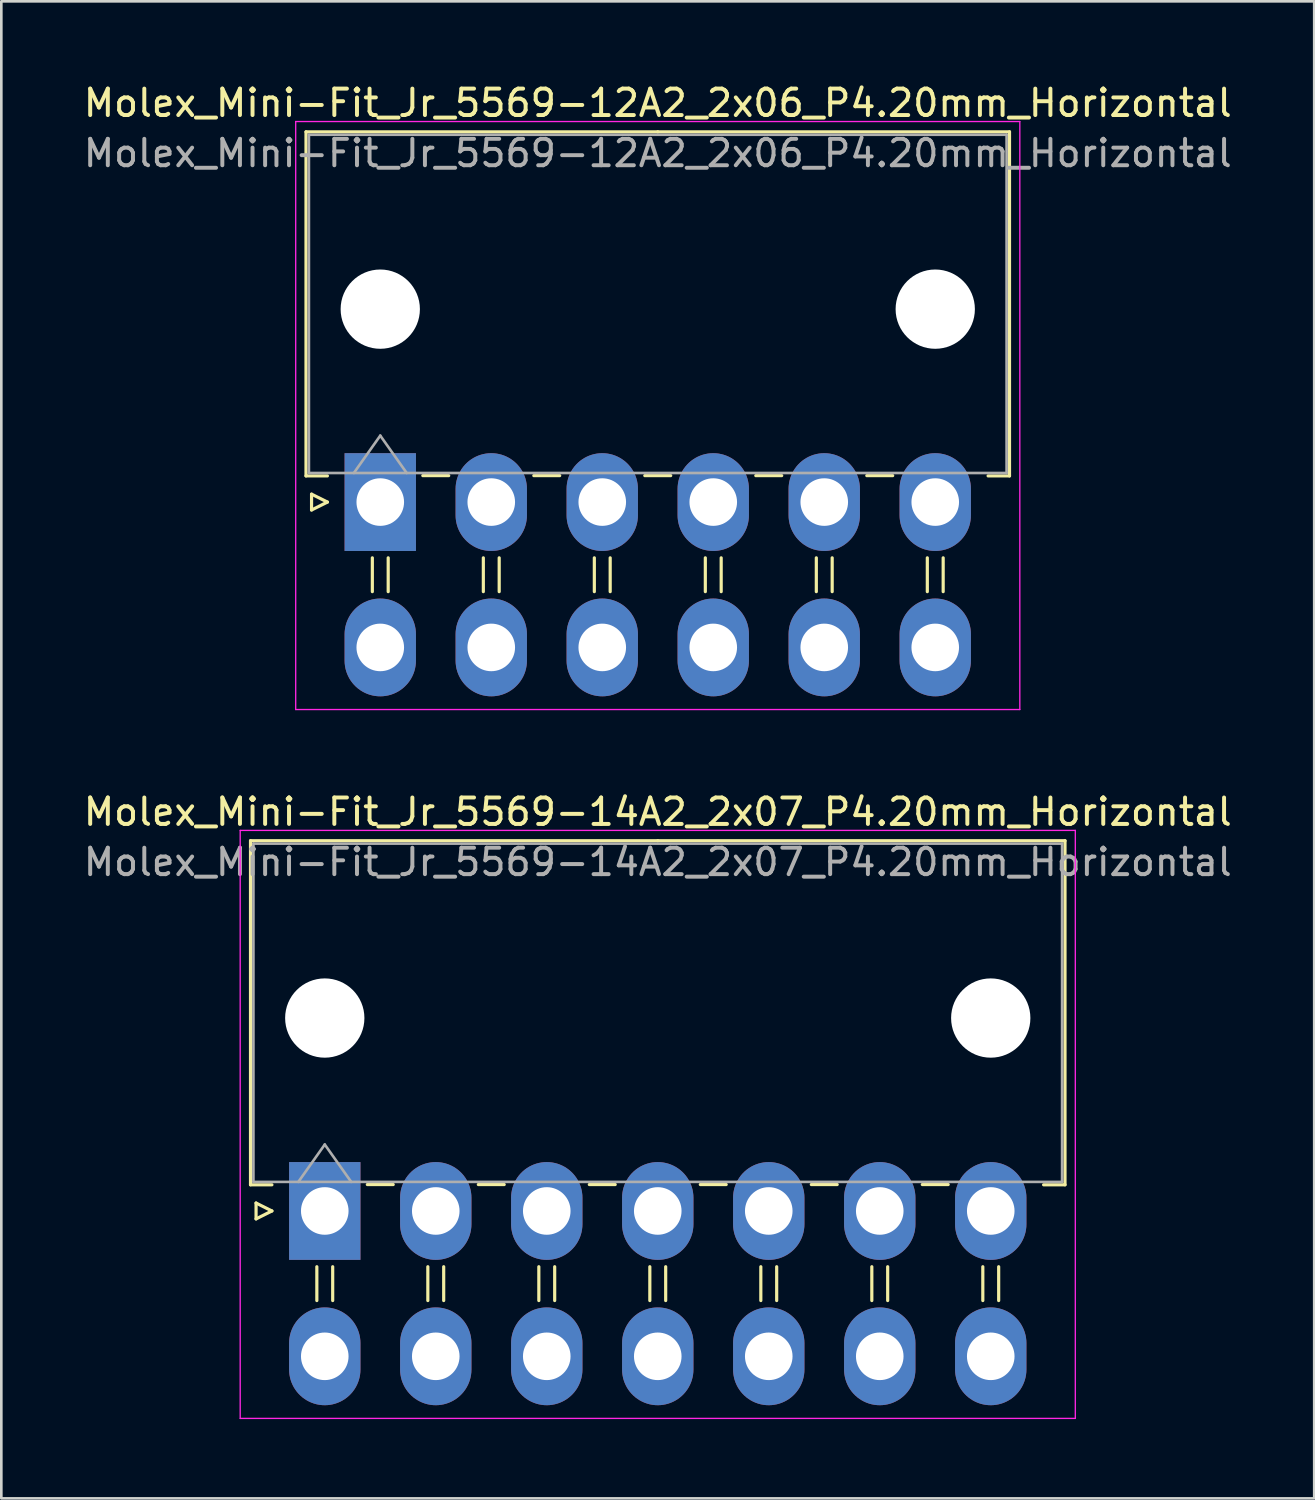
<source format=kicad_pcb>
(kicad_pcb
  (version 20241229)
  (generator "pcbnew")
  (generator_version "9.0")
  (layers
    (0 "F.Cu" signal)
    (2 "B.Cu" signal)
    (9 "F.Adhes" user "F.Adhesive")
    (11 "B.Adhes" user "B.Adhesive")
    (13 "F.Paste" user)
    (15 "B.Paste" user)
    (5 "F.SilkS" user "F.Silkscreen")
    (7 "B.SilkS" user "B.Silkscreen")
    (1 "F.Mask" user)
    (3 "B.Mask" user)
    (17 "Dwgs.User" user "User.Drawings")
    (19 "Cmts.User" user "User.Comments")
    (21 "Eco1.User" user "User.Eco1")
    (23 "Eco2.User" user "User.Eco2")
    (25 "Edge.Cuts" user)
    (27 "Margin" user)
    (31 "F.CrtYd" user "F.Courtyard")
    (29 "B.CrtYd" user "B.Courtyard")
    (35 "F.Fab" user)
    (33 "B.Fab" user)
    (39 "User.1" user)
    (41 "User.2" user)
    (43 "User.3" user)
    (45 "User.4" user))
  (footprint "Molex_Mini-Fit_Jr_5569-12A2_2x06_P4.20mm_Horizontal"
    (layer "F.Cu")
    (at 11.339 15.948)
    (property "Reference" "Molex_Mini-Fit_Jr_5569-12A2_2x06_P4.20mm_Horizontal" (at 10.5 -15.1 0) (layer "F.SilkS") (effects (font (size 1 1) (thickness 0.15))))
    (attr through_hole)
    (fp_line (start -2.81 -14.01) (end 10.5 -14.01) (stroke (width 0.12) (type solid)) (layer "F.SilkS"))
    (fp_line (start -2.81 -0.99) (end -2.81 -14.01) (stroke (width 0.12) (type solid)) (layer "F.SilkS"))
    (fp_line (start -2.6 -0.3) (end -2 0) (stroke (width 0.12) (type solid)) (layer "F.SilkS"))
    (fp_line (start -2.6 0.3) (end -2.6 -0.3) (stroke (width 0.12) (type solid)) (layer "F.SilkS"))
    (fp_line (start -2 -0.99) (end -2.81 -0.99) (stroke (width 0.12) (type solid)) (layer "F.SilkS"))
    (fp_line (start -2 0) (end -2.6 0.3) (stroke (width 0.12) (type solid)) (layer "F.SilkS"))
    (fp_line (start -0.3 2.11) (end -0.3 3.39) (stroke (width 0.12) (type solid)) (layer "F.SilkS"))
    (fp_line (start 0.3 2.11) (end 0.3 3.39) (stroke (width 0.12) (type solid)) (layer "F.SilkS"))
    (fp_line (start 1.61 -1) (end 2.59 -1) (stroke (width 0.12) (type solid)) (layer "F.SilkS"))
    (fp_line (start 3.9 2.11) (end 3.9 3.39) (stroke (width 0.12) (type solid)) (layer "F.SilkS"))
    (fp_line (start 4.5 2.11) (end 4.5 3.39) (stroke (width 0.12) (type solid)) (layer "F.SilkS"))
    (fp_line (start 5.81 -1) (end 6.79 -1) (stroke (width 0.12) (type solid)) (layer "F.SilkS"))
    (fp_line (start 8.1 2.11) (end 8.1 3.39) (stroke (width 0.12) (type solid)) (layer "F.SilkS"))
    (fp_line (start 8.7 2.11) (end 8.7 3.39) (stroke (width 0.12) (type solid)) (layer "F.SilkS"))
    (fp_line (start 10.01 -1) (end 10.99 -1) (stroke (width 0.12) (type solid)) (layer "F.SilkS"))
    (fp_line (start 12.3 2.11) (end 12.3 3.39) (stroke (width 0.12) (type solid)) (layer "F.SilkS"))
    (fp_line (start 12.9 2.11) (end 12.9 3.39) (stroke (width 0.12) (type solid)) (layer "F.SilkS"))
    (fp_line (start 14.21 -1) (end 15.19 -1) (stroke (width 0.12) (type solid)) (layer "F.SilkS"))
    (fp_line (start 16.5 2.11) (end 16.5 3.39) (stroke (width 0.12) (type solid)) (layer "F.SilkS"))
    (fp_line (start 17.1 2.11) (end 17.1 3.39) (stroke (width 0.12) (type solid)) (layer "F.SilkS"))
    (fp_line (start 18.41 -1) (end 19.39 -1) (stroke (width 0.12) (type solid)) (layer "F.SilkS"))
    (fp_line (start 20.7 2.11) (end 20.7 3.39) (stroke (width 0.12) (type solid)) (layer "F.SilkS"))
    (fp_line (start 21.3 2.11) (end 21.3 3.39) (stroke (width 0.12) (type solid)) (layer "F.SilkS"))
    (fp_line (start 23 -0.99) (end 23.81 -0.99) (stroke (width 0.12) (type solid)) (layer "F.SilkS"))
    (fp_line (start 23.81 -14.01) (end 10.5 -14.01) (stroke (width 0.12) (type solid)) (layer "F.SilkS"))
    (fp_line (start 23.81 -0.99) (end 23.81 -14.01) (stroke (width 0.12) (type solid)) (layer "F.SilkS"))
    (fp_line (start -3.2 -14.4) (end -3.2 7.85) (stroke (width 0.05) (type solid)) (layer "F.CrtYd"))
    (fp_line (start -3.2 7.85) (end 24.2 7.85) (stroke (width 0.05) (type solid)) (layer "F.CrtYd"))
    (fp_line (start 24.2 -14.4) (end -3.2 -14.4) (stroke (width 0.05) (type solid)) (layer "F.CrtYd"))
    (fp_line (start 24.2 7.85) (end 24.2 -14.4) (stroke (width 0.05) (type solid)) (layer "F.CrtYd"))
    (fp_line (start -2.7 -13.9) (end -2.7 -1.1) (stroke (width 0.1) (type solid)) (layer "F.Fab"))
    (fp_line (start -2.7 -1.1) (end 23.7 -1.1) (stroke (width 0.1) (type solid)) (layer "F.Fab"))
    (fp_line (start -1 -1.1) (end 0 -2.514) (stroke (width 0.1) (type solid)) (layer "F.Fab"))
    (fp_line (start 0 -2.514) (end 1 -1.1) (stroke (width 0.1) (type solid)) (layer "F.Fab"))
    (fp_line (start 23.7 -13.9) (end -2.7 -13.9) (stroke (width 0.1) (type solid)) (layer "F.Fab"))
    (fp_line (start 23.7 -1.1) (end 23.7 -13.9) (stroke (width 0.1) (type solid)) (layer "F.Fab"))
    (fp_text user "${REFERENCE}" (at 10.5 -13.2 0) (layer "F.Fab") (effects (font (size 1 1) (thickness 0.15))))
    (pad "" np_thru_hole circle (at 0 -7.3) (size 3 3) (drill 3) (layers "*.Cu" "*.Mask"))
    (pad "" np_thru_hole circle (at 21 -7.3) (size 3 3) (drill 3) (layers "*.Cu" "*.Mask"))
    (pad "1" thru_hole rect (at 0 0) (size 2.7 3.7) (drill 1.8) (layers "*.Cu" "*.Mask"))
    (pad "2" thru_hole oval (at 4.2 0) (size 2.7 3.7) (drill 1.8) (layers "*.Cu" "*.Mask"))
    (pad "3" thru_hole oval (at 8.4 0) (size 2.7 3.7) (drill 1.8) (layers "*.Cu" "*.Mask"))
    (pad "4" thru_hole oval (at 12.6 0) (size 2.7 3.7) (drill 1.8) (layers "*.Cu" "*.Mask"))
    (pad "5" thru_hole oval (at 16.8 0) (size 2.7 3.7) (drill 1.8) (layers "*.Cu" "*.Mask"))
    (pad "6" thru_hole oval (at 21 0) (size 2.7 3.7) (drill 1.8) (layers "*.Cu" "*.Mask"))
    (pad "7" thru_hole oval (at 0 5.5) (size 2.7 3.7) (drill 1.8) (layers "*.Cu" "*.Mask"))
    (pad "8" thru_hole oval (at 4.2 5.5) (size 2.7 3.7) (drill 1.8) (layers "*.Cu" "*.Mask"))
    (pad "9" thru_hole oval (at 8.4 5.5) (size 2.7 3.7) (drill 1.8) (layers "*.Cu" "*.Mask"))
    (pad "10" thru_hole oval (at 12.6 5.5) (size 2.7 3.7) (drill 1.8) (layers "*.Cu" "*.Mask"))
    (pad "11" thru_hole oval (at 16.8 5.5) (size 2.7 3.7) (drill 1.8) (layers "*.Cu" "*.Mask"))
    (pad "12" thru_hole oval (at 21 5.5) (size 2.7 3.7) (drill 1.8) (layers "*.Cu" "*.Mask")))
  (footprint "Molex_Mini-Fit_Jr_5569-14A2_2x07_P4.20mm_Horizontal"
    (layer "F.Cu")
    (at 9.239 42.772)
    (property "Reference" "Molex_Mini-Fit_Jr_5569-14A2_2x07_P4.20mm_Horizontal" (at 12.6 -15.1 0) (layer "F.SilkS") (effects (font (size 1 1) (thickness 0.15))))
    (attr through_hole)
    (fp_line (start -2.81 -14.01) (end 12.6 -14.01) (stroke (width 0.12) (type solid)) (layer "F.SilkS"))
    (fp_line (start -2.81 -0.99) (end -2.81 -14.01) (stroke (width 0.12) (type solid)) (layer "F.SilkS"))
    (fp_line (start -2.6 -0.3) (end -2 0) (stroke (width 0.12) (type solid)) (layer "F.SilkS"))
    (fp_line (start -2.6 0.3) (end -2.6 -0.3) (stroke (width 0.12) (type solid)) (layer "F.SilkS"))
    (fp_line (start -2 -0.99) (end -2.81 -0.99) (stroke (width 0.12) (type solid)) (layer "F.SilkS"))
    (fp_line (start -2 0) (end -2.6 0.3) (stroke (width 0.12) (type solid)) (layer "F.SilkS"))
    (fp_line (start -0.3 2.11) (end -0.3 3.39) (stroke (width 0.12) (type solid)) (layer "F.SilkS"))
    (fp_line (start 0.3 2.11) (end 0.3 3.39) (stroke (width 0.12) (type solid)) (layer "F.SilkS"))
    (fp_line (start 1.61 -1) (end 2.59 -1) (stroke (width 0.12) (type solid)) (layer "F.SilkS"))
    (fp_line (start 3.9 2.11) (end 3.9 3.39) (stroke (width 0.12) (type solid)) (layer "F.SilkS"))
    (fp_line (start 4.5 2.11) (end 4.5 3.39) (stroke (width 0.12) (type solid)) (layer "F.SilkS"))
    (fp_line (start 5.81 -1) (end 6.79 -1) (stroke (width 0.12) (type solid)) (layer "F.SilkS"))
    (fp_line (start 8.1 2.11) (end 8.1 3.39) (stroke (width 0.12) (type solid)) (layer "F.SilkS"))
    (fp_line (start 8.7 2.11) (end 8.7 3.39) (stroke (width 0.12) (type solid)) (layer "F.SilkS"))
    (fp_line (start 10.01 -1) (end 10.99 -1) (stroke (width 0.12) (type solid)) (layer "F.SilkS"))
    (fp_line (start 12.3 2.11) (end 12.3 3.39) (stroke (width 0.12) (type solid)) (layer "F.SilkS"))
    (fp_line (start 12.9 2.11) (end 12.9 3.39) (stroke (width 0.12) (type solid)) (layer "F.SilkS"))
    (fp_line (start 14.21 -1) (end 15.19 -1) (stroke (width 0.12) (type solid)) (layer "F.SilkS"))
    (fp_line (start 16.5 2.11) (end 16.5 3.39) (stroke (width 0.12) (type solid)) (layer "F.SilkS"))
    (fp_line (start 17.1 2.11) (end 17.1 3.39) (stroke (width 0.12) (type solid)) (layer "F.SilkS"))
    (fp_line (start 18.41 -1) (end 19.39 -1) (stroke (width 0.12) (type solid)) (layer "F.SilkS"))
    (fp_line (start 20.7 2.11) (end 20.7 3.39) (stroke (width 0.12) (type solid)) (layer "F.SilkS"))
    (fp_line (start 21.3 2.11) (end 21.3 3.39) (stroke (width 0.12) (type solid)) (layer "F.SilkS"))
    (fp_line (start 22.61 -1) (end 23.59 -1) (stroke (width 0.12) (type solid)) (layer "F.SilkS"))
    (fp_line (start 24.9 2.11) (end 24.9 3.39) (stroke (width 0.12) (type solid)) (layer "F.SilkS"))
    (fp_line (start 25.5 2.11) (end 25.5 3.39) (stroke (width 0.12) (type solid)) (layer "F.SilkS"))
    (fp_line (start 27.2 -0.99) (end 28.01 -0.99) (stroke (width 0.12) (type solid)) (layer "F.SilkS"))
    (fp_line (start 28.01 -14.01) (end 12.6 -14.01) (stroke (width 0.12) (type solid)) (layer "F.SilkS"))
    (fp_line (start 28.01 -0.99) (end 28.01 -14.01) (stroke (width 0.12) (type solid)) (layer "F.SilkS"))
    (fp_line (start -3.2 -14.4) (end -3.2 7.85) (stroke (width 0.05) (type solid)) (layer "F.CrtYd"))
    (fp_line (start -3.2 7.85) (end 28.4 7.85) (stroke (width 0.05) (type solid)) (layer "F.CrtYd"))
    (fp_line (start 28.4 -14.4) (end -3.2 -14.4) (stroke (width 0.05) (type solid)) (layer "F.CrtYd"))
    (fp_line (start 28.4 7.85) (end 28.4 -14.4) (stroke (width 0.05) (type solid)) (layer "F.CrtYd"))
    (fp_line (start -2.7 -13.9) (end -2.7 -1.1) (stroke (width 0.1) (type solid)) (layer "F.Fab"))
    (fp_line (start -2.7 -1.1) (end 27.9 -1.1) (stroke (width 0.1) (type solid)) (layer "F.Fab"))
    (fp_line (start -1 -1.1) (end 0 -2.514) (stroke (width 0.1) (type solid)) (layer "F.Fab"))
    (fp_line (start 0 -2.514) (end 1 -1.1) (stroke (width 0.1) (type solid)) (layer "F.Fab"))
    (fp_line (start 27.9 -13.9) (end -2.7 -13.9) (stroke (width 0.1) (type solid)) (layer "F.Fab"))
    (fp_line (start 27.9 -1.1) (end 27.9 -13.9) (stroke (width 0.1) (type solid)) (layer "F.Fab"))
    (fp_text user "${REFERENCE}" (at 12.6 -13.2 0) (layer "F.Fab") (effects (font (size 1 1) (thickness 0.15))))
    (pad "" np_thru_hole circle (at 0 -7.3) (size 3 3) (drill 3) (layers "*.Cu" "*.Mask"))
    (pad "" np_thru_hole circle (at 25.2 -7.3) (size 3 3) (drill 3) (layers "*.Cu" "*.Mask"))
    (pad "1" thru_hole rect (at 0 0) (size 2.7 3.7) (drill 1.8) (layers "*.Cu" "*.Mask"))
    (pad "2" thru_hole oval (at 4.2 0) (size 2.7 3.7) (drill 1.8) (layers "*.Cu" "*.Mask"))
    (pad "3" thru_hole oval (at 8.4 0) (size 2.7 3.7) (drill 1.8) (layers "*.Cu" "*.Mask"))
    (pad "4" thru_hole oval (at 12.6 0) (size 2.7 3.7) (drill 1.8) (layers "*.Cu" "*.Mask"))
    (pad "5" thru_hole oval (at 16.8 0) (size 2.7 3.7) (drill 1.8) (layers "*.Cu" "*.Mask"))
    (pad "6" thru_hole oval (at 21 0) (size 2.7 3.7) (drill 1.8) (layers "*.Cu" "*.Mask"))
    (pad "7" thru_hole oval (at 25.2 0) (size 2.7 3.7) (drill 1.8) (layers "*.Cu" "*.Mask"))
    (pad "8" thru_hole oval (at 0 5.5) (size 2.7 3.7) (drill 1.8) (layers "*.Cu" "*.Mask"))
    (pad "9" thru_hole oval (at 4.2 5.5) (size 2.7 3.7) (drill 1.8) (layers "*.Cu" "*.Mask"))
    (pad "10" thru_hole oval (at 8.4 5.5) (size 2.7 3.7) (drill 1.8) (layers "*.Cu" "*.Mask"))
    (pad "11" thru_hole oval (at 12.6 5.5) (size 2.7 3.7) (drill 1.8) (layers "*.Cu" "*.Mask"))
    (pad "12" thru_hole oval (at 16.8 5.5) (size 2.7 3.7) (drill 1.8) (layers "*.Cu" "*.Mask"))
    (pad "13" thru_hole oval (at 21 5.5) (size 2.7 3.7) (drill 1.8) (layers "*.Cu" "*.Mask"))
    (pad "14" thru_hole oval (at 25.2 5.5) (size 2.7 3.7) (drill 1.8) (layers "*.Cu" "*.Mask")))
  (gr_rect
    (start -3 -3)
    (end 46.679 53.647)
    (stroke (width 0.1) (type default))
    (fill no)
    (layer "Edge.Cuts")))
</source>
